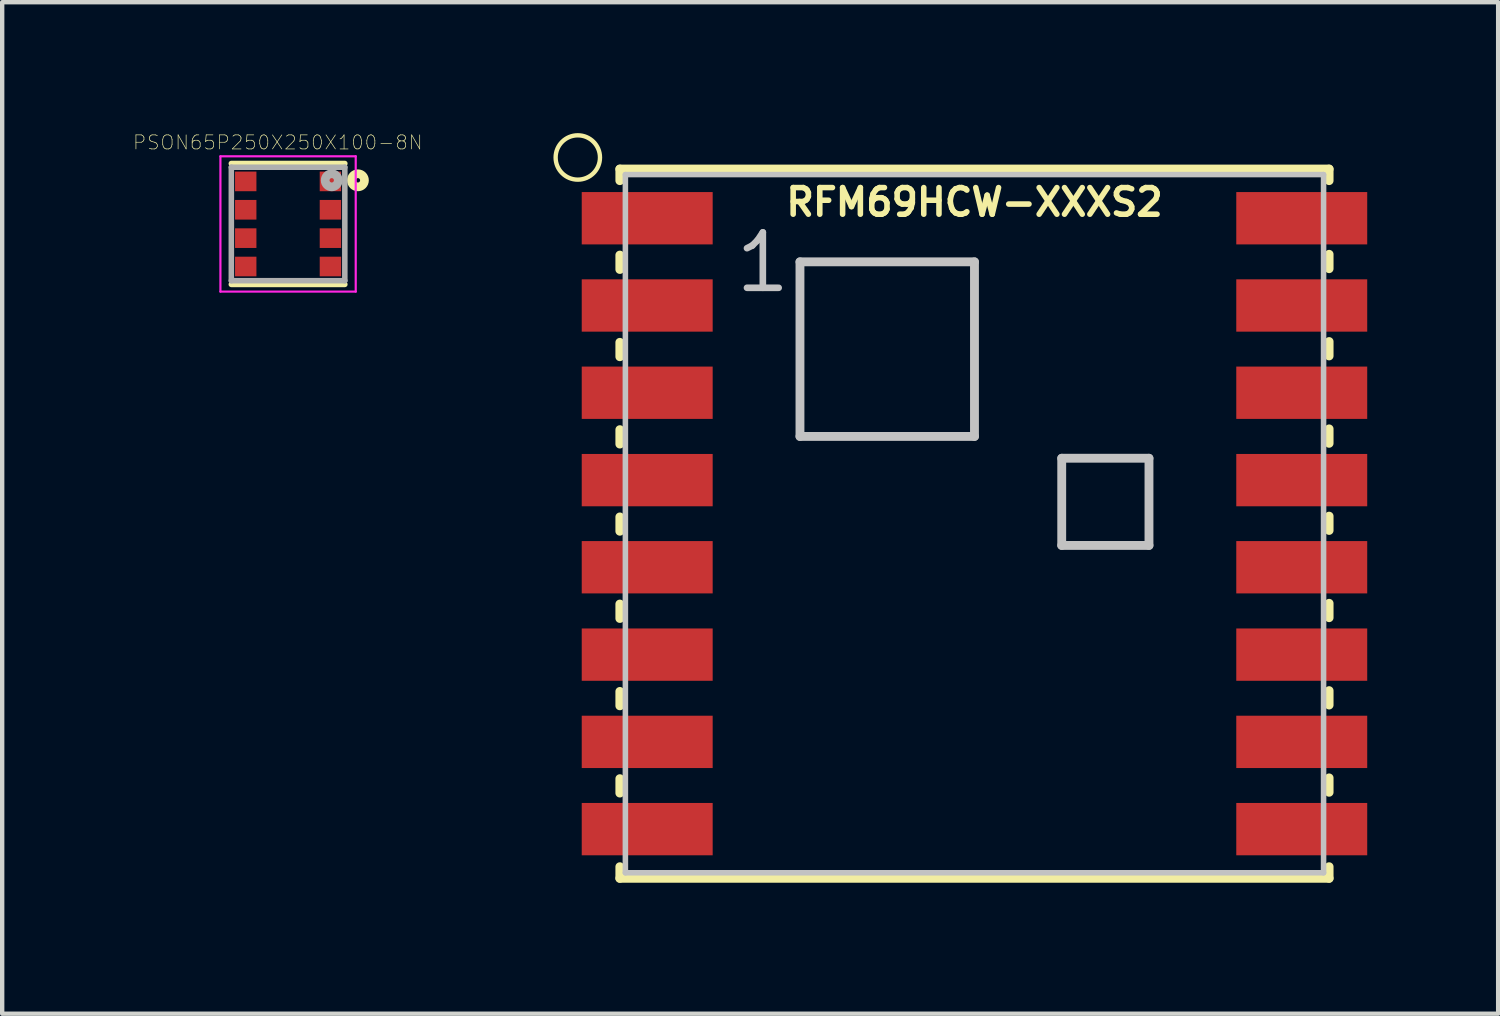
<source format=kicad_pcb>
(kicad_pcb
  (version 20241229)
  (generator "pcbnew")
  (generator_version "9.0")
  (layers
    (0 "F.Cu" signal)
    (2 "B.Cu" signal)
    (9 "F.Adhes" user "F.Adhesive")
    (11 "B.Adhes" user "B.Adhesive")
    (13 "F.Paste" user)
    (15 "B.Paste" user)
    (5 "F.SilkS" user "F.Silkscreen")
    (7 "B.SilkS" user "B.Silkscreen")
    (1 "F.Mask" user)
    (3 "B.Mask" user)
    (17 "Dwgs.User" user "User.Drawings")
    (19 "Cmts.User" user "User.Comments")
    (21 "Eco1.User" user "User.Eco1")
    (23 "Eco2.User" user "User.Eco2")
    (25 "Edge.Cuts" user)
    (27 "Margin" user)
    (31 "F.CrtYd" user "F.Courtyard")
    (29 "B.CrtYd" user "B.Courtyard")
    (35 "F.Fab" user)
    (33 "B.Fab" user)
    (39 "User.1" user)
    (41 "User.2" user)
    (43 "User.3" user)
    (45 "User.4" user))
  (footprint "RFM69HCW-XXXS2"
    (layer "F.Cu")
    (at 19.276 8.948)
    (property "Reference" "RFM69HCW-XXXS2" (at 0 -7.366 0) (layer "F.SilkS") (effects (font (size 0.61 0.61) (thickness 0.127))))
    (attr smd)
    (fp_line (start -8.125 -8.125) (end 8.125 -8.125) (stroke (width 0.203) (type solid)) (layer "F.SilkS"))
    (fp_line (start -8.125 -7.859) (end -8.125 -8.125) (stroke (width 0.203) (type solid)) (layer "F.SilkS"))
    (fp_line (start -8.125 -5.824) (end -8.125 -6.154) (stroke (width 0.203) (type solid)) (layer "F.SilkS"))
    (fp_line (start -8.125 -3.825) (end -8.125 -4.155) (stroke (width 0.203) (type solid)) (layer "F.SilkS"))
    (fp_line (start -8.125 -1.824) (end -8.125 -2.154) (stroke (width 0.203) (type solid)) (layer "F.SilkS"))
    (fp_line (start -8.125 0.173) (end -8.125 -0.155) (stroke (width 0.203) (type solid)) (layer "F.SilkS"))
    (fp_line (start -8.125 2.172) (end -8.125 1.841) (stroke (width 0.203) (type solid)) (layer "F.SilkS"))
    (fp_line (start -8.125 4.173) (end -8.125 3.843) (stroke (width 0.203) (type solid)) (layer "F.SilkS"))
    (fp_line (start -8.125 6.172) (end -8.125 5.842) (stroke (width 0.203) (type solid)) (layer "F.SilkS"))
    (fp_line (start -8.125 8.125) (end -8.125 7.859) (stroke (width 0.203) (type solid)) (layer "F.SilkS"))
    (fp_line (start 8.125 -8.125) (end 8.125 -7.859) (stroke (width 0.203) (type solid)) (layer "F.SilkS"))
    (fp_line (start 8.125 -6.172) (end 8.125 -5.842) (stroke (width 0.203) (type solid)) (layer "F.SilkS"))
    (fp_line (start 8.125 -4.173) (end 8.125 -3.843) (stroke (width 0.203) (type solid)) (layer "F.SilkS"))
    (fp_line (start 8.125 -2.172) (end 8.125 -1.841) (stroke (width 0.203) (type solid)) (layer "F.SilkS"))
    (fp_line (start 8.125 -0.173) (end 8.125 0.155) (stroke (width 0.203) (type solid)) (layer "F.SilkS"))
    (fp_line (start 8.125 1.824) (end 8.125 2.154) (stroke (width 0.203) (type solid)) (layer "F.SilkS"))
    (fp_line (start 8.125 3.825) (end 8.125 4.155) (stroke (width 0.203) (type solid)) (layer "F.SilkS"))
    (fp_line (start 8.125 5.824) (end 8.125 6.154) (stroke (width 0.203) (type solid)) (layer "F.SilkS"))
    (fp_line (start 8.125 7.859) (end 8.125 8.125) (stroke (width 0.203) (type solid)) (layer "F.SilkS"))
    (fp_line (start 8.125 8.125) (end -8.125 8.125) (stroke (width 0.203) (type solid)) (layer "F.SilkS"))
    (fp_circle (center -9.088 -8.39) (end -9.088 -8.898) (stroke (width 0.1) (type solid)) (fill no) (layer "F.SilkS"))
    (fp_line (start -7.998 -7.998) (end -7.998 7.998) (stroke (width 0.127) (type solid)) (layer "Dwgs.User"))
    (fp_line (start -7.998 7.998) (end 7.998 7.998) (stroke (width 0.127) (type solid)) (layer "Dwgs.User"))
    (fp_line (start -3.998 -5.999) (end -3.998 -1.999) (stroke (width 0.203) (type solid)) (layer "Dwgs.User"))
    (fp_line (start -3.998 -1.999) (end 0 -1.999) (stroke (width 0.203) (type solid)) (layer "Dwgs.User"))
    (fp_line (start 0 -5.999) (end -3.998 -5.999) (stroke (width 0.203) (type solid)) (layer "Dwgs.User"))
    (fp_line (start 0 -1.999) (end 0 -5.999) (stroke (width 0.203) (type solid)) (layer "Dwgs.User"))
    (fp_line (start 1.999 0.498) (end 1.999 -1.499) (stroke (width 0.203) (type solid)) (layer "Dwgs.User"))
    (fp_line (start 3.998 -1.499) (end 1.999 -1.499) (stroke (width 0.203) (type solid)) (layer "Dwgs.User"))
    (fp_line (start 3.998 0.498) (end 1.999 0.498) (stroke (width 0.203) (type solid)) (layer "Dwgs.User"))
    (fp_line (start 3.998 0.498) (end 3.998 -1.499) (stroke (width 0.203) (type solid)) (layer "Dwgs.User"))
    (fp_line (start 7.998 -7.998) (end -7.998 -7.998) (stroke (width 0.127) (type solid)) (layer "Dwgs.User"))
    (fp_line (start 7.998 7.998) (end 7.998 -7.998) (stroke (width 0.127) (type solid)) (layer "Dwgs.User"))
    (fp_text user "1" (at -4.849 -5.984 0) (layer "Dwgs.User") (effects (font (size 1.27 1.27) (thickness 0.152))))
    (pad "1" smd rect (at -7.498 -6.998) (size 3 1.199) (layers "F.Cu" "F.Mask" "F.Paste"))
    (pad "2" smd rect (at -7.498 -4.999) (size 3 1.199) (layers "F.Cu" "F.Mask" "F.Paste"))
    (pad "3" smd rect (at -7.498 -3) (size 3 1.199) (layers "F.Cu" "F.Mask" "F.Paste"))
    (pad "4" smd rect (at -7.498 -0.998) (size 3 1.199) (layers "F.Cu" "F.Mask" "F.Paste"))
    (pad "5" smd rect (at -7.498 0.998) (size 3 1.199) (layers "F.Cu" "F.Mask" "F.Paste"))
    (pad "6" smd rect (at -7.498 3) (size 3 1.199) (layers "F.Cu" "F.Mask" "F.Paste"))
    (pad "7" smd rect (at -7.498 4.999) (size 3 1.199) (layers "F.Cu" "F.Mask" "F.Paste"))
    (pad "8" smd rect (at -7.498 6.998) (size 3 1.199) (layers "F.Cu" "F.Mask" "F.Paste"))
    (pad "9" smd rect (at 7.498 6.998) (size 3 1.199) (layers "F.Cu" "F.Mask" "F.Paste"))
    (pad "10" smd rect (at 7.498 4.999) (size 3 1.199) (layers "F.Cu" "F.Mask" "F.Paste"))
    (pad "11" smd rect (at 7.498 3) (size 3 1.199) (layers "F.Cu" "F.Mask" "F.Paste"))
    (pad "12" smd rect (at 7.498 0.998) (size 3 1.199) (layers "F.Cu" "F.Mask" "F.Paste"))
    (pad "13" smd rect (at 7.498 -0.998) (size 3 1.199) (layers "F.Cu" "F.Mask" "F.Paste"))
    (pad "14" smd rect (at 7.498 -3) (size 3 1.199) (layers "F.Cu" "F.Mask" "F.Paste"))
    (pad "15" smd rect (at 7.498 -4.999) (size 3 1.199) (layers "F.Cu" "F.Mask" "F.Paste"))
    (pad "16" smd rect (at 7.498 -6.998) (size 3 1.199) (layers "F.Cu" "F.Mask" "F.Paste")))
  (footprint "PSON65P250X250X100-8N"
    (layer "F.Cu")
    (at 3.55 2.081)
    (property "Reference" "PSON65P250X250X100-8N" (at -0.235 -1.867 0) (layer "F.SilkS") (effects (font (size 0.322 0.322) (thickness 0.015))))
    (attr through_hole)
    (fp_line (start -1.3 -1.385) (end 1.3 -1.385) (stroke (width 0.127) (type solid)) (layer "F.SilkS"))
    (fp_line (start -1.3 1.385) (end 1.3 1.385) (stroke (width 0.127) (type solid)) (layer "F.SilkS"))
    (fp_circle (center 1.6 -1) (end 1.65 -1) (stroke (width 0.2) (type solid)) (fill no) (layer "F.SilkS"))
    (fp_line (start -1.55 -1.55) (end 1.55 -1.55) (stroke (width 0.05) (type solid)) (layer "F.CrtYd"))
    (fp_line (start -1.55 1.55) (end -1.55 -1.55) (stroke (width 0.05) (type solid)) (layer "F.CrtYd"))
    (fp_line (start 1.55 -1.55) (end 1.55 1.55) (stroke (width 0.05) (type solid)) (layer "F.CrtYd"))
    (fp_line (start 1.55 1.55) (end -1.55 1.55) (stroke (width 0.05) (type solid)) (layer "F.CrtYd"))
    (fp_line (start -1.3 -1.3) (end -1.3 1.3) (stroke (width 0.127) (type solid)) (layer "F.Fab"))
    (fp_line (start -1.3 1.3) (end 1.3 1.3) (stroke (width 0.127) (type solid)) (layer "F.Fab"))
    (fp_line (start 1.3 -1.3) (end -1.3 -1.3) (stroke (width 0.127) (type solid)) (layer "F.Fab"))
    (fp_line (start 1.3 1.3) (end 1.3 -1.3) (stroke (width 0.127) (type solid)) (layer "F.Fab"))
    (fp_circle (center 1 -1) (end 1.05 -1) (stroke (width 0.2) (type solid)) (fill no) (layer "F.Fab"))
    (pad "1" smd rect (at 0.97 -0.975) (size 0.49 0.45) (layers "F.Cu" "F.Mask" "F.Paste"))
    (pad "2" smd rect (at 0.97 -0.325) (size 0.49 0.45) (layers "F.Cu" "F.Mask" "F.Paste"))
    (pad "3" smd rect (at 0.97 0.325) (size 0.49 0.45) (layers "F.Cu" "F.Mask" "F.Paste"))
    (pad "4" smd rect (at 0.97 0.975) (size 0.49 0.45) (layers "F.Cu" "F.Mask" "F.Paste"))
    (pad "5" smd rect (at -0.97 0.975) (size 0.49 0.45) (layers "F.Cu" "F.Mask" "F.Paste"))
    (pad "6" smd rect (at -0.97 0.325) (size 0.49 0.45) (layers "F.Cu" "F.Mask" "F.Paste"))
    (pad "7" smd rect (at -0.97 -0.325) (size 0.49 0.45) (layers "F.Cu" "F.Mask" "F.Paste"))
    (pad "8" smd rect (at -0.97 -0.975) (size 0.49 0.45) (layers "F.Cu" "F.Mask" "F.Paste")))
  (gr_rect
    (start -3 -3)
    (end 31.274 20.175)
    (stroke (width 0.1) (type default))
    (fill no)
    (layer "Edge.Cuts")))
</source>
